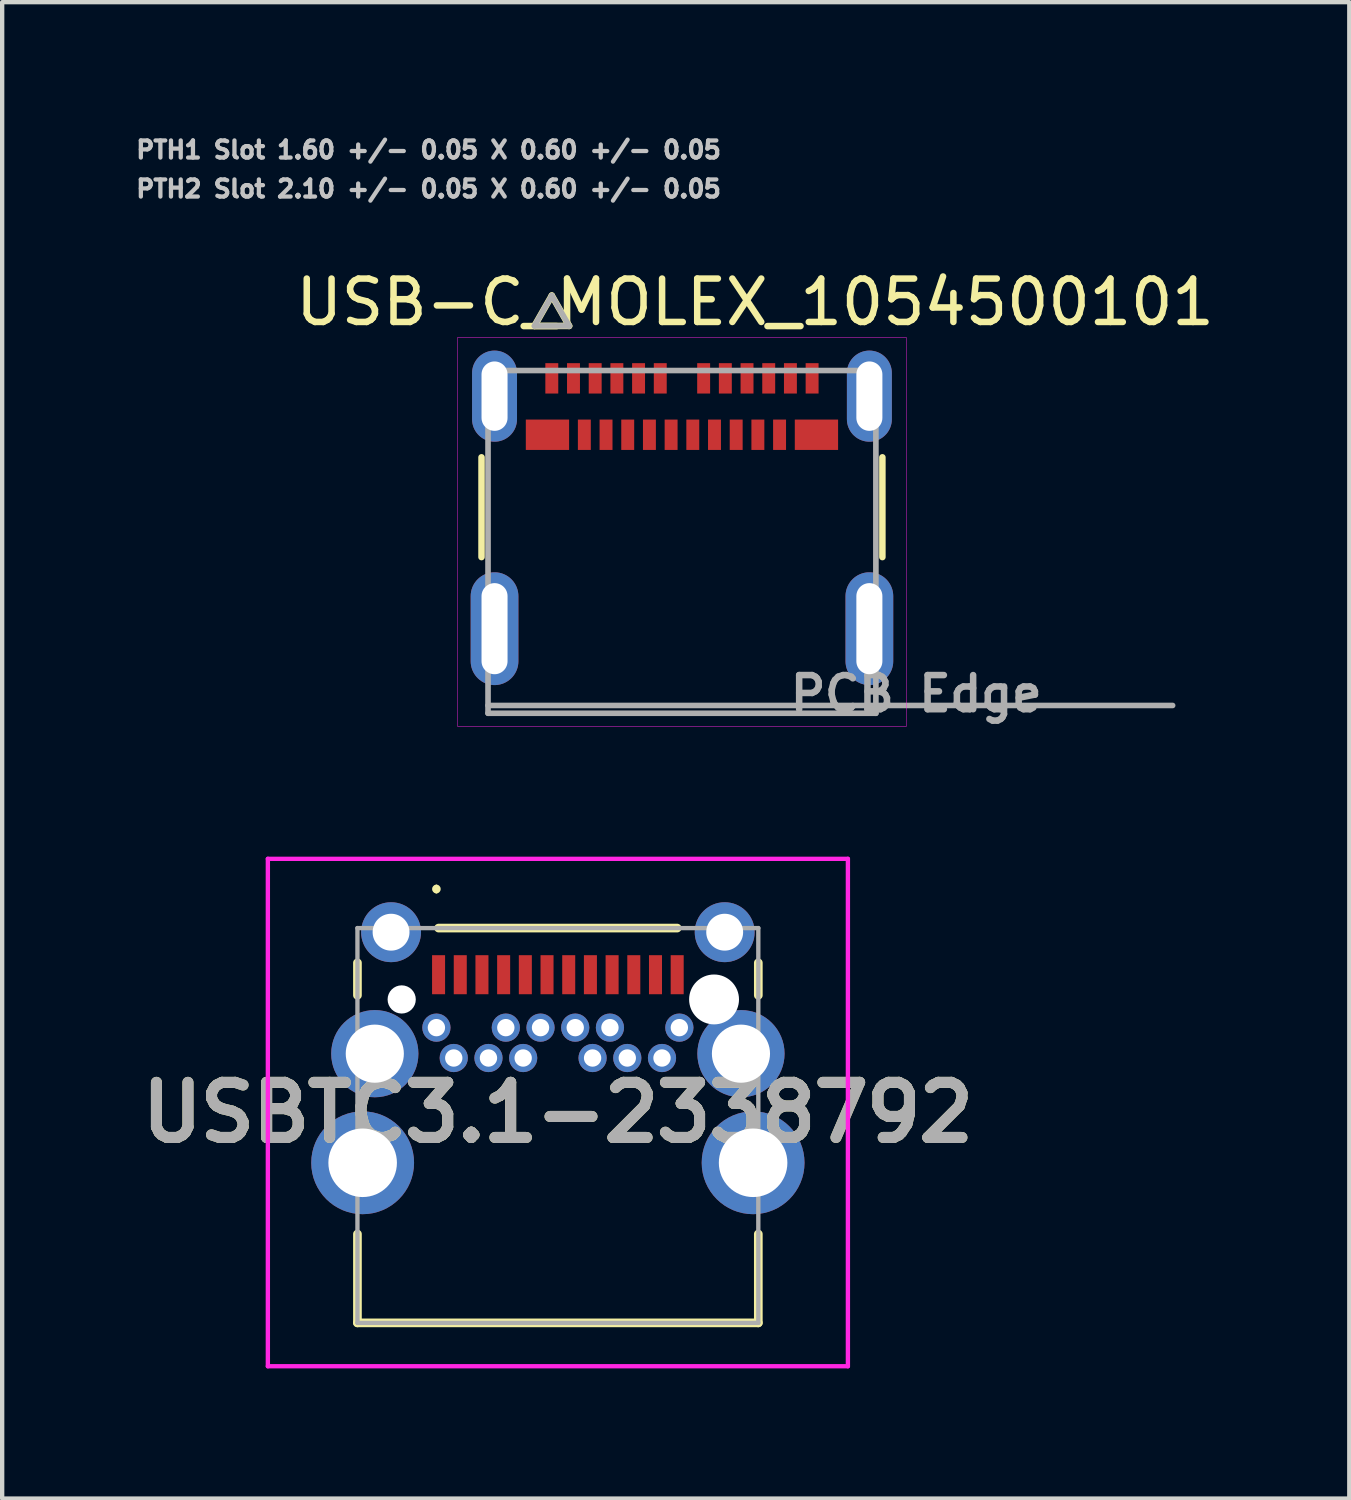
<source format=kicad_pcb>
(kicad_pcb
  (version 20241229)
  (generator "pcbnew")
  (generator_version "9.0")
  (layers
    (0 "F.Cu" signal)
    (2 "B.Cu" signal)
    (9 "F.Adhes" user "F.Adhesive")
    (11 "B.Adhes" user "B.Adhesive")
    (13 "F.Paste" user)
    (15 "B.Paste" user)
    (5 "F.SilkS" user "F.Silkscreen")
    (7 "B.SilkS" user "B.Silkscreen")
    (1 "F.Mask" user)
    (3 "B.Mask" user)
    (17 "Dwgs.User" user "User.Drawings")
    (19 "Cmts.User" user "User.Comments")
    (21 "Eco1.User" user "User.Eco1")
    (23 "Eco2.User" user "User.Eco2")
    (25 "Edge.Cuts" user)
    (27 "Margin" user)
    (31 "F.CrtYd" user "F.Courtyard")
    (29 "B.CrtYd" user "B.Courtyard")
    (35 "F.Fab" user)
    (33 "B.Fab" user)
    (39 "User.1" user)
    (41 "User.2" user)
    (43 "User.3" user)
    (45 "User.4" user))
  (footprint "USBTC3.1-2338792"
    (layer "F.Cu")
    (at 9.809 22.892)
    (property "Reference" "USBTC3.1-2338792" (at 0 -0.298 0) (layer "F.SilkS") (effects (font (size 1.27 1.27) (thickness 0.254))))
    (attr through_hole)
    (fp_line (start -4.62 -3.75) (end -4.62 -3) (stroke (width 0.2) (type solid)) (layer "F.SilkS"))
    (fp_line (start -4.62 2.502) (end -4.62 4.55) (stroke (width 0.2) (type solid)) (layer "F.SilkS"))
    (fp_line (start -4.62 4.55) (end 4.62 4.55) (stroke (width 0.2) (type solid)) (layer "F.SilkS"))
    (fp_line (start -2.8 -5.5) (end -2.8 -5.5) (stroke (width 0.1) (type solid)) (layer "F.SilkS"))
    (fp_line (start -2.8 -5.4) (end -2.8 -5.4) (stroke (width 0.1) (type solid)) (layer "F.SilkS"))
    (fp_line (start -2.75 -4.55) (end 2.75 -4.55) (stroke (width 0.2) (type solid)) (layer "F.SilkS"))
    (fp_line (start 4.62 -3.75) (end 4.62 -3) (stroke (width 0.2) (type solid)) (layer "F.SilkS"))
    (fp_line (start 4.62 4.55) (end 4.62 2.502) (stroke (width 0.2) (type solid)) (layer "F.SilkS"))
    (fp_arc (start -2.8 -5.5) (mid -2.75 -5.45) (end -2.8 -5.4) (stroke (width 0.1) (type solid)) (layer "F.SilkS"))
    (fp_arc (start -2.8 -5.4) (mid -2.85 -5.45) (end -2.8 -5.5) (stroke (width 0.1) (type solid)) (layer "F.SilkS"))
    (fp_line (start -6.685 -6.146) (end 6.685 -6.146) (stroke (width 0.1) (type solid)) (layer "F.CrtYd"))
    (fp_line (start -6.685 5.55) (end -6.685 -6.146) (stroke (width 0.1) (type solid)) (layer "F.CrtYd"))
    (fp_line (start 6.685 -6.146) (end 6.685 5.55) (stroke (width 0.1) (type solid)) (layer "F.CrtYd"))
    (fp_line (start 6.685 5.55) (end -6.685 5.55) (stroke (width 0.1) (type solid)) (layer "F.CrtYd"))
    (fp_line (start -4.62 -4.55) (end 4.62 -4.55) (stroke (width 0.1) (type solid)) (layer "F.Fab"))
    (fp_line (start -4.62 4.55) (end -4.62 -4.55) (stroke (width 0.1) (type solid)) (layer "F.Fab"))
    (fp_line (start 4.62 -4.55) (end 4.62 4.55) (stroke (width 0.1) (type solid)) (layer "F.Fab"))
    (fp_line (start 4.62 4.55) (end -4.62 4.55) (stroke (width 0.1) (type solid)) (layer "F.Fab"))
    (fp_text user "${REFERENCE}" (at 0 -0.298 0) (layer "F.Fab") (effects (font (size 1.27 1.27) (thickness 0.254))))
    (pad "" np_thru_hole circle (at -3.6 -2.905) (size 0.65 0.65) (drill 0.65) (layers "*.Cu" "*.Mask"))
    (pad "" np_thru_hole circle (at 3.6 -2.905) (size 1.15 1.15) (drill 1.15) (layers "*.Cu" "*.Mask"))
    (pad "A1" smd rect (at -2.75 -3.475) (size 0.3 0.9) (layers "F.Cu" "F.Mask" "F.Paste"))
    (pad "A2" smd rect (at -2.25 -3.475) (size 0.3 0.9) (layers "F.Cu" "F.Mask" "F.Paste"))
    (pad "A3" smd rect (at -1.75 -3.475) (size 0.3 0.9) (layers "F.Cu" "F.Mask" "F.Paste"))
    (pad "A4" smd rect (at -1.25 -3.475) (size 0.3 0.9) (layers "F.Cu" "F.Mask" "F.Paste"))
    (pad "A5" smd rect (at -0.75 -3.475) (size 0.3 0.9) (layers "F.Cu" "F.Mask" "F.Paste"))
    (pad "A6" smd rect (at -0.25 -3.475) (size 0.3 0.9) (layers "F.Cu" "F.Mask" "F.Paste"))
    (pad "A7" smd rect (at 0.25 -3.475) (size 0.3 0.9) (layers "F.Cu" "F.Mask" "F.Paste"))
    (pad "A8" smd rect (at 0.75 -3.475) (size 0.3 0.9) (layers "F.Cu" "F.Mask" "F.Paste"))
    (pad "A9" smd rect (at 1.25 -3.475) (size 0.3 0.9) (layers "F.Cu" "F.Mask" "F.Paste"))
    (pad "A10" smd rect (at 1.75 -3.475) (size 0.3 0.9) (layers "F.Cu" "F.Mask" "F.Paste"))
    (pad "A11" smd rect (at 2.25 -3.475) (size 0.3 0.9) (layers "F.Cu" "F.Mask" "F.Paste"))
    (pad "A12" smd rect (at 2.75 -3.475) (size 0.3 0.9) (layers "F.Cu" "F.Mask" "F.Paste"))
    (pad "B1" thru_hole circle (at 2.8 -2.255) (size 0.65 0.65) (drill 0.4) (layers "*.Cu" "*.Mask"))
    (pad "B2" thru_hole circle (at 2.4 -1.555) (size 0.65 0.65) (drill 0.4) (layers "*.Cu" "*.Mask"))
    (pad "B3" thru_hole circle (at 1.6 -1.555) (size 0.65 0.65) (drill 0.4) (layers "*.Cu" "*.Mask"))
    (pad "B4" thru_hole circle (at 1.2 -2.255) (size 0.65 0.65) (drill 0.4) (layers "*.Cu" "*.Mask"))
    (pad "B5" thru_hole circle (at 0.8 -1.555) (size 0.65 0.65) (drill 0.4) (layers "*.Cu" "*.Mask"))
    (pad "B6" thru_hole circle (at 0.4 -2.255) (size 0.65 0.65) (drill 0.4) (layers "*.Cu" "*.Mask"))
    (pad "B7" thru_hole circle (at -0.4 -2.255) (size 0.65 0.65) (drill 0.4) (layers "*.Cu" "*.Mask"))
    (pad "B8" thru_hole circle (at -0.8 -1.555) (size 0.65 0.65) (drill 0.4) (layers "*.Cu" "*.Mask"))
    (pad "B9" thru_hole circle (at -1.2 -2.255) (size 0.65 0.65) (drill 0.4) (layers "*.Cu" "*.Mask"))
    (pad "B10" thru_hole circle (at -1.6 -1.555) (size 0.65 0.65) (drill 0.4) (layers "*.Cu" "*.Mask"))
    (pad "B11" thru_hole circle (at -2.4 -1.555) (size 0.65 0.65) (drill 0.4) (layers "*.Cu" "*.Mask"))
    (pad "B12" thru_hole circle (at -2.8 -2.255) (size 0.65 0.65) (drill 0.4) (layers "*.Cu" "*.Mask"))
    (pad "G1" thru_hole circle (at -4.5 0.86) (size 2.37 2.37) (drill 1.58) (layers "*.Cu" "*.Mask"))
    (pad "G2" thru_hole circle (at -4.22 -1.655) (size 2.01 2.01) (drill 1.34) (layers "*.Cu" "*.Mask"))
    (pad "G3" thru_hole circle (at -3.845 -4.455) (size 1.381 1.381) (drill 0.85) (layers "*.Cu" "*.Mask"))
    (pad "G4" thru_hole circle (at 3.845 -4.455) (size 1.381 1.381) (drill 0.85) (layers "*.Cu" "*.Mask"))
    (pad "G5" thru_hole circle (at 4.22 -1.655) (size 2.01 2.01) (drill 1.34) (layers "*.Cu" "*.Mask"))
    (pad "G6" thru_hole circle (at 4.5 0.86) (size 2.37 2.37) (drill 1.58) (layers "*.Cu" "*.Mask")))
  (footprint "USB-C_MOLEX_1054500101"
    (layer "F.Cu")
    (at 12.669 13.211)
    (property "Reference" "USB-C_MOLEX_1054500101" (at 1.685 -9.295 0) (layer "F.SilkS") (effects (font (size 1 1) (thickness 0.15))))
    (attr smd)
    (fp_poly (pts (xy -3.663 -6.654) (xy -2.538 -6.654) (xy -2.538 -5.827) (xy -3.663 -5.827)) (stroke (width 0.01) (type solid)) (fill yes) (layer "F.Mask"))
    (fp_poly (pts (xy -3.212 -7.954) (xy -2.788 -7.954) (xy -2.788 -7.127) (xy -3.212 -7.127)) (stroke (width 0.01) (type solid)) (fill yes) (layer "F.Mask"))
    (fp_poly (pts (xy -2.712 -7.954) (xy -2.288 -7.954) (xy -2.288 -7.127) (xy -2.712 -7.127)) (stroke (width 0.01) (type solid)) (fill yes) (layer "F.Mask"))
    (fp_poly (pts (xy -2.462 -6.654) (xy -2.038 -6.654) (xy -2.038 -5.827) (xy -2.462 -5.827)) (stroke (width 0.01) (type solid)) (fill yes) (layer "F.Mask"))
    (fp_poly (pts (xy -2.212 -7.954) (xy -1.788 -7.954) (xy -1.788 -7.127) (xy -2.212 -7.127)) (stroke (width 0.01) (type solid)) (fill yes) (layer "F.Mask"))
    (fp_poly (pts (xy -1.962 -6.654) (xy -1.538 -6.654) (xy -1.538 -5.827) (xy -1.962 -5.827)) (stroke (width 0.01) (type solid)) (fill yes) (layer "F.Mask"))
    (fp_poly (pts (xy -1.712 -7.954) (xy -1.288 -7.954) (xy -1.288 -7.127) (xy -1.712 -7.127)) (stroke (width 0.01) (type solid)) (fill yes) (layer "F.Mask"))
    (fp_poly (pts (xy -1.462 -6.654) (xy -1.038 -6.654) (xy -1.038 -5.827) (xy -1.462 -5.827)) (stroke (width 0.01) (type solid)) (fill yes) (layer "F.Mask"))
    (fp_poly (pts (xy -1.212 -7.954) (xy -0.787 -7.954) (xy -0.787 -7.127) (xy -1.212 -7.127)) (stroke (width 0.01) (type solid)) (fill yes) (layer "F.Mask"))
    (fp_poly (pts (xy -0.963 -6.654) (xy -0.537 -6.654) (xy -0.537 -5.827) (xy -0.963 -5.827)) (stroke (width 0.01) (type solid)) (fill yes) (layer "F.Mask"))
    (fp_poly (pts (xy -0.713 -7.954) (xy -0.287 -7.954) (xy -0.287 -7.127) (xy -0.713 -7.127)) (stroke (width 0.01) (type solid)) (fill yes) (layer "F.Mask"))
    (fp_poly (pts (xy -0.463 -6.654) (xy -0.037 -6.654) (xy -0.037 -5.827) (xy -0.463 -5.827)) (stroke (width 0.01) (type solid)) (fill yes) (layer "F.Mask"))
    (fp_poly (pts (xy 0.037 -6.654) (xy 0.463 -6.654) (xy 0.463 -5.827) (xy 0.037 -5.827)) (stroke (width 0.01) (type solid)) (fill yes) (layer "F.Mask"))
    (fp_poly (pts (xy 0.287 -7.954) (xy 0.713 -7.954) (xy 0.713 -7.127) (xy 0.287 -7.127)) (stroke (width 0.01) (type solid)) (fill yes) (layer "F.Mask"))
    (fp_poly (pts (xy 0.537 -6.654) (xy 0.963 -6.654) (xy 0.963 -5.827) (xy 0.537 -5.827)) (stroke (width 0.01) (type solid)) (fill yes) (layer "F.Mask"))
    (fp_poly (pts (xy 0.787 -7.954) (xy 1.212 -7.954) (xy 1.212 -7.127) (xy 0.787 -7.127)) (stroke (width 0.01) (type solid)) (fill yes) (layer "F.Mask"))
    (fp_poly (pts (xy 1.038 -6.654) (xy 1.462 -6.654) (xy 1.462 -5.827) (xy 1.038 -5.827)) (stroke (width 0.01) (type solid)) (fill yes) (layer "F.Mask"))
    (fp_poly (pts (xy 1.288 -7.954) (xy 1.712 -7.954) (xy 1.712 -7.127) (xy 1.288 -7.127)) (stroke (width 0.01) (type solid)) (fill yes) (layer "F.Mask"))
    (fp_poly (pts (xy 1.538 -6.654) (xy 1.962 -6.654) (xy 1.962 -5.827) (xy 1.538 -5.827)) (stroke (width 0.01) (type solid)) (fill yes) (layer "F.Mask"))
    (fp_poly (pts (xy 1.788 -7.954) (xy 2.212 -7.954) (xy 2.212 -7.127) (xy 1.788 -7.127)) (stroke (width 0.01) (type solid)) (fill yes) (layer "F.Mask"))
    (fp_poly (pts (xy 2.038 -6.654) (xy 2.462 -6.654) (xy 2.462 -5.827) (xy 2.038 -5.827)) (stroke (width 0.01) (type solid)) (fill yes) (layer "F.Mask"))
    (fp_poly (pts (xy 2.288 -7.954) (xy 2.712 -7.954) (xy 2.712 -7.127) (xy 2.288 -7.127)) (stroke (width 0.01) (type solid)) (fill yes) (layer "F.Mask"))
    (fp_poly (pts (xy 2.538 -6.654) (xy 3.663 -6.654) (xy 3.663 -5.827) (xy 2.538 -5.827)) (stroke (width 0.01) (type solid)) (fill yes) (layer "F.Mask"))
    (fp_poly (pts (xy 2.788 -7.954) (xy 3.212 -7.954) (xy 3.212 -7.127) (xy 2.788 -7.127)) (stroke (width 0.01) (type solid)) (fill yes) (layer "F.Mask"))
    (fp_line (start -4.62 -3.42) (end -4.62 -5.72) (stroke (width 0.15) (type solid)) (layer "F.SilkS"))
    (fp_line (start -3.4 -8.748) (end -2.6 -8.748) (stroke (width 0.15) (type solid)) (layer "F.SilkS"))
    (fp_line (start -3 -9.448) (end -3.4 -8.748) (stroke (width 0.15) (type solid)) (layer "F.SilkS"))
    (fp_line (start -2.6 -8.748) (end -3 -9.448) (stroke (width 0.15) (type solid)) (layer "F.SilkS"))
    (fp_line (start 4.62 -3.42) (end 4.62 -5.72) (stroke (width 0.15) (type solid)) (layer "F.SilkS"))
    (fp_line (start -5.17 -8.48) (end 5.17 -8.48) (stroke (width 0.01) (type solid)) (layer "F.CrtYd"))
    (fp_line (start -5.17 0.48) (end -5.17 -8.48) (stroke (width 0.01) (type solid)) (layer "F.CrtYd"))
    (fp_line (start 5.17 -8.48) (end 5.17 0.48) (stroke (width 0.01) (type solid)) (layer "F.CrtYd"))
    (fp_line (start 5.17 0.48) (end -5.17 0.48) (stroke (width 0.01) (type solid)) (layer "F.CrtYd"))
    (fp_line (start -4.47 -7.72) (end -4.47 0.18) (stroke (width 0.13) (type solid)) (layer "F.Fab"))
    (fp_line (start -4.47 0) (end 4.47 0) (stroke (width 0.13) (type solid)) (layer "F.Fab"))
    (fp_line (start -4.47 0.18) (end 4.47 0.18) (stroke (width 0.13) (type solid)) (layer "F.Fab"))
    (fp_line (start -3.4 -8.748) (end -2.6 -8.748) (stroke (width 0.13) (type solid)) (layer "F.Fab"))
    (fp_line (start -3 -9.448) (end -3.4 -8.748) (stroke (width 0.13) (type solid)) (layer "F.Fab"))
    (fp_line (start -2.6 -8.748) (end -3 -9.448) (stroke (width 0.13) (type solid)) (layer "F.Fab"))
    (fp_line (start 4.47 -7.72) (end -4.47 -7.72) (stroke (width 0.13) (type solid)) (layer "F.Fab"))
    (fp_line (start 4.47 0) (end 4.47 -7.72) (stroke (width 0.13) (type solid)) (layer "F.Fab"))
    (fp_line (start 4.47 0) (end 11.31 0) (stroke (width 0.13) (type solid)) (layer "F.Fab"))
    (fp_line (start 4.47 0.18) (end 4.47 0) (stroke (width 0.13) (type solid)) (layer "F.Fab"))
    (fp_text user "PTH1 Slot 1.60 +/- 0.05 X 0.60 +/- 0.05" (at -5.84 -12.807 0) (layer "Dwgs.User") (effects (font (size 0.394 0.394) (thickness 0.15))))
    (fp_text user "PTH2 Slot 2.10 +/- 0.05 X 0.60 +/- 0.05" (at -5.84 -11.908 0) (layer "Dwgs.User") (effects (font (size 0.394 0.394) (thickness 0.15))))
    (fp_text user "PCB Edge" (at 5.4 -0.27 0) (layer "F.Fab") (effects (font (size 0.787 0.787) (thickness 0.15))))
    (pad "A1" smd rect (at -3 -7.54) (size 0.298 0.7) (layers "F.Cu" "F.Paste"))
    (pad "A2" smd rect (at -2.5 -7.54) (size 0.298 0.7) (layers "F.Cu" "F.Paste"))
    (pad "A3" smd rect (at -2 -7.54) (size 0.298 0.7) (layers "F.Cu" "F.Paste"))
    (pad "A4" smd rect (at -1.5 -7.54) (size 0.298 0.7) (layers "F.Cu" "F.Paste"))
    (pad "A5" smd rect (at -1 -7.54) (size 0.298 0.7) (layers "F.Cu" "F.Paste"))
    (pad "A6" smd rect (at -0.5 -7.54) (size 0.298 0.7) (layers "F.Cu" "F.Paste"))
    (pad "A7" smd rect (at 0.5 -7.54) (size 0.298 0.7) (layers "F.Cu" "F.Paste"))
    (pad "A8" smd rect (at 1 -7.54) (size 0.298 0.7) (layers "F.Cu" "F.Paste"))
    (pad "A9" smd rect (at 1.5 -7.54) (size 0.298 0.7) (layers "F.Cu" "F.Paste"))
    (pad "A10" smd rect (at 2 -7.54) (size 0.298 0.7) (layers "F.Cu" "F.Paste"))
    (pad "A11" smd rect (at 2.5 -7.54) (size 0.298 0.7) (layers "F.Cu" "F.Paste"))
    (pad "A12" smd rect (at 3 -7.54) (size 0.298 0.7) (layers "F.Cu" "F.Paste"))
    (pad "B1" smd rect (at 3.1 -6.24) (size 0.998 0.7) (layers "F.Cu" "F.Paste"))
    (pad "B2" smd rect (at 2.25 -6.24) (size 0.298 0.7) (layers "F.Cu" "F.Paste"))
    (pad "B3" smd rect (at 1.75 -6.24) (size 0.298 0.7) (layers "F.Cu" "F.Paste"))
    (pad "B4" smd rect (at 1.25 -6.24) (size 0.298 0.7) (layers "F.Cu" "F.Paste"))
    (pad "B5" smd rect (at 0.75 -6.24) (size 0.298 0.7) (layers "F.Cu" "F.Paste"))
    (pad "B6" smd rect (at 0.25 -6.24) (size 0.298 0.7) (layers "F.Cu" "F.Paste"))
    (pad "B7" smd rect (at -0.25 -6.24) (size 0.298 0.7) (layers "F.Cu" "F.Paste"))
    (pad "B8" smd rect (at -0.75 -6.24) (size 0.298 0.7) (layers "F.Cu" "F.Paste"))
    (pad "B9" smd rect (at -1.25 -6.24) (size 0.298 0.7) (layers "F.Cu" "F.Paste"))
    (pad "B10" smd rect (at -1.75 -6.24) (size 0.298 0.7) (layers "F.Cu" "F.Paste"))
    (pad "B11" smd rect (at -2.25 -6.24) (size 0.298 0.7) (layers "F.Cu" "F.Paste"))
    (pad "B12" smd rect (at -3.1 -6.24) (size 0.998 0.7) (layers "F.Cu" "F.Paste"))
    (pad "SH1" thru_hole oval (at -4.32 -7.13) (size 1.036 2.1) (drill oval 0.6 1.6) (layers "*.Cu" "*.Mask"))
    (pad "SH2" thru_hole oval (at 4.32 -7.13) (size 1.036 2.1) (drill oval 0.6 1.6) (layers "*.Cu" "*.Mask"))
    (pad "SH3" thru_hole oval (at -4.32 -1.77) (size 1.1 2.6) (drill oval 0.6 2.1) (layers "*.Cu" "*.Mask"))
    (pad "SH4" thru_hole oval (at 4.32 -1.77) (size 1.1 2.6) (drill oval 0.6 2.1) (layers "*.Cu" "*.Mask"))
    (zone (net_name "") (layer "F.Cu") (hatch full 0.508) (connect_pads) (min_thickness 0.01) (filled_areas_thickness no) (keepout (tracks not_allowed) (vias not_allowed) (pads not_allowed) (copperpour not_allowed) (footprints allowed)) (placement (enabled no)) (fill) (polygon (pts (xy 9.169 8.561) (xy 16.169 8.561) (xy 16.169 13.211) (xy 9.169 13.211))))
    (zone (net_name "") (layers "F.Cu" "B.Cu") (hatch full 0.508) (connect_pads) (min_thickness 0.01) (filled_areas_thickness no) (keepout (tracks allowed) (vias not_allowed) (pads allowed) (copperpour allowed) (footprints allowed)) (placement (enabled no)) (fill) (polygon (pts (xy 9.169 8.561) (xy 16.169 8.561) (xy 16.169 13.211) (xy 9.169 13.211)))))
  (gr_rect
    (start -3 -3)
    (end 28.051 31.492)
    (stroke (width 0.1) (type default))
    (fill no)
    (layer "Edge.Cuts")))
</source>
